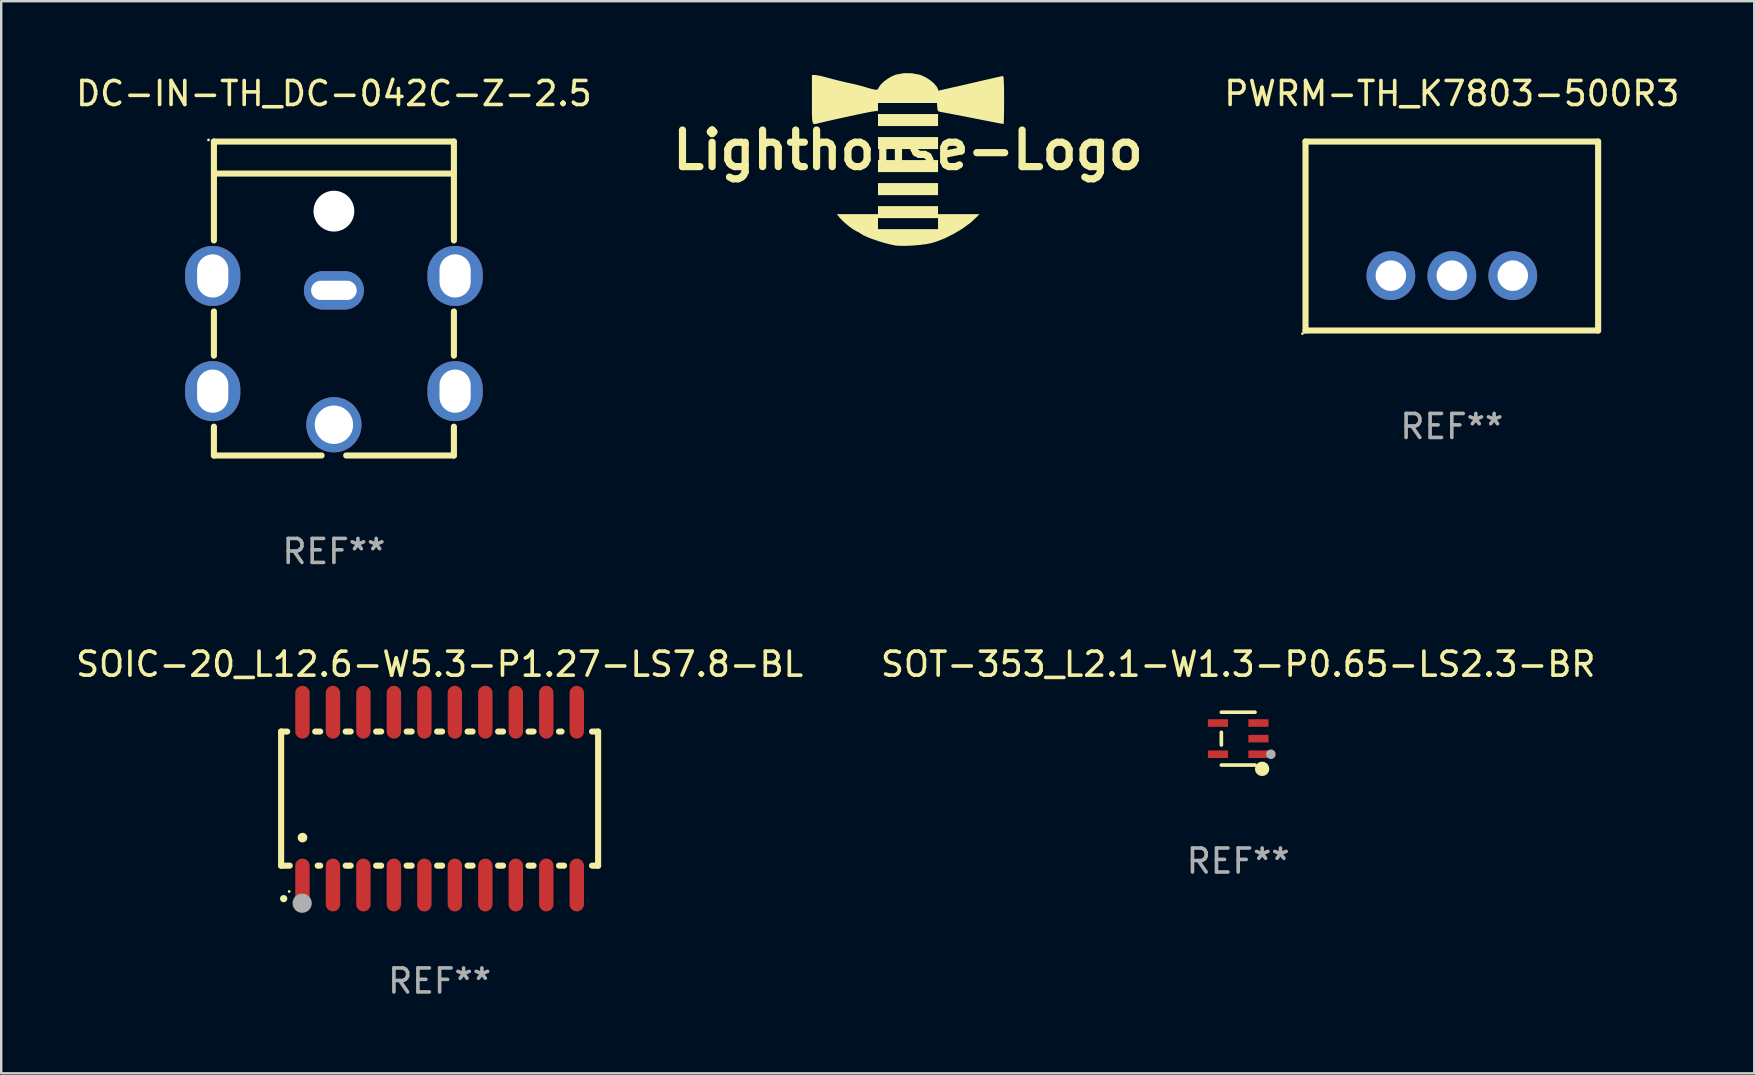
<source format=kicad_pcb>
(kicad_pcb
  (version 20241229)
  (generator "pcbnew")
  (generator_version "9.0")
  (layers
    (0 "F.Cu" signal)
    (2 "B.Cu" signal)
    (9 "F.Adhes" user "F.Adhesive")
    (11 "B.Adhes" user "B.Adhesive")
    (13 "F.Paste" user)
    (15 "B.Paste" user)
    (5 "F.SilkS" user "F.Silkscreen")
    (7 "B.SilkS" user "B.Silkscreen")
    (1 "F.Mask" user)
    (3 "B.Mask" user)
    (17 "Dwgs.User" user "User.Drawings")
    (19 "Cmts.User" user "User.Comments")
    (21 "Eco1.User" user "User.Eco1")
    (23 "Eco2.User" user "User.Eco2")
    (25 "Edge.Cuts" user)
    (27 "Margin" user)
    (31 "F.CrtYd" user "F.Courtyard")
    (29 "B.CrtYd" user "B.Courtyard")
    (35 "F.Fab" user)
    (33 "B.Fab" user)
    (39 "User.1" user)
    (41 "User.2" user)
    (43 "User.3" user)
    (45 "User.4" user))
  (footprint "PWRM-TH_K7803-500R3"
    (layer "F.Cu")
    (at 57.444 6.785)
    (property "Reference" "PWRM-TH_K7803-500R3" (at 0 -5.937 0) (layer "F.SilkS") (effects (font (size 1 1) (thickness 0.15))))
    (attr through_hole)
    (fp_line (start -6.096 -3.937) (end -6.096 3.937) (stroke (width 0.254) (type solid)) (layer "F.SilkS"))
    (fp_line (start -6.096 3.937) (end 6.096 3.937) (stroke (width 0.254) (type solid)) (layer "F.SilkS"))
    (fp_line (start 6.096 -3.937) (end -6.096 -3.937) (stroke (width 0.254) (type solid)) (layer "F.SilkS"))
    (fp_line (start 6.096 3.937) (end 6.096 -3.937) (stroke (width 0.254) (type solid)) (layer "F.SilkS"))
    (fp_circle (center -6.223 4.064) (end -6.193 4.064) (stroke (width 0.06) (type solid)) (fill no) (layer "F.SilkS"))
    (fp_text user "REF**" (at 0 7.937 0) (layer "F.Fab") (effects (font (size 1 1) (thickness 0.15))))
    (pad "1" thru_hole circle (at -2.54 1.651) (size 2.032 2.032) (drill 1.27) (layers "*.Cu" "*.Mask"))
    (pad "2" thru_hole circle (at 0 1.651) (size 2.032 2.032) (drill 1.27) (layers "*.Cu" "*.Mask"))
    (pad "3" thru_hole circle (at 2.54 1.651) (size 2.032 2.032) (drill 1.27) (layers "*.Cu" "*.Mask")))
  (footprint "Lighthouse-Logo"
    (layer "F.Cu")
    (at 34.785 3.203)
    (property "Reference" "Lighthouse-Logo" (at 0 0 0) (layer "F.SilkS") (effects (font (size 1.524 1.524) (thickness 0.3))))
    (attr board_only exclude_from_pos_files exclude_from_bom)
    (fp_poly (pts (xy 1.251 -1.001) (xy -1.251 -1.001) (xy -1.251 -1.501) (xy 1.251 -1.501)) (stroke (width 0) (type solid)) (fill yes) (layer "F.SilkS"))
    (fp_poly (pts (xy 1.251 -0.042) (xy -1.251 -0.042) (xy -1.251 -0.542) (xy 1.251 -0.542)) (stroke (width 0) (type solid)) (fill yes) (layer "F.SilkS"))
    (fp_poly (pts (xy 1.251 0.918) (xy -1.251 0.918) (xy -1.251 0.417) (xy 1.251 0.417)) (stroke (width 0) (type solid)) (fill yes) (layer "F.SilkS"))
    (fp_poly (pts (xy 1.251 1.877) (xy -1.251 1.877) (xy -1.251 1.376) (xy 1.251 1.376)) (stroke (width 0) (type solid)) (fill yes) (layer "F.SilkS"))
    (fp_poly (pts (xy 1.251 2.669) (xy 2.977 2.669) (xy 2.854 2.798) (xy 2.592 3.037) (xy 2.269 3.272) (xy 1.907 3.489) (xy 1.531 3.677) (xy 1.161 3.821) (xy 0.957 3.881) (xy 0.763 3.918) (xy 0.52 3.95) (xy 0.252 3.974) (xy -0.016 3.989) (xy -0.261 3.993) (xy -0.458 3.984) (xy -0.521 3.977) (xy -0.732 3.934) (xy -0.971 3.873) (xy -1.221 3.798) (xy -1.463 3.716) (xy -1.679 3.633) (xy -1.85 3.556) (xy -1.958 3.49) (xy -1.958 3.49) (xy -2.044 3.434) (xy -2.143 3.385) (xy -2.27 3.313) (xy -2.296 3.295) (xy -1.251 3.295) (xy 1.251 3.295) (xy 1.251 2.836) (xy -1.251 2.836) (xy -1.251 3.295) (xy -2.296 3.295) (xy -2.429 3.201) (xy -2.595 3.066) (xy -2.745 2.929) (xy -2.848 2.817) (xy -2.965 2.669) (xy -1.251 2.669) (xy -1.251 2.336) (xy 1.251 2.336)) (stroke (width 0) (type solid)) (fill yes) (layer "F.SilkS"))
    (fp_poly (pts (xy 0.157 -3.201) (xy 0.481 -3.141) (xy 0.532 -3.125) (xy 0.725 -3.038) (xy 0.915 -2.917) (xy 1.08 -2.779) (xy 1.196 -2.64) (xy 1.226 -2.585) (xy 1.272 -2.476) (xy 1.981 -2.637) (xy 2.276 -2.704) (xy 2.602 -2.779) (xy 2.926 -2.854) (xy 3.214 -2.921) (xy 3.303 -2.942) (xy 3.52 -2.992) (xy 3.709 -3.035) (xy 3.855 -3.067) (xy 3.943 -3.084) (xy 3.96 -3.086) (xy 3.976 -3.049) (xy 3.988 -2.934) (xy 3.997 -2.741) (xy 4.002 -2.468) (xy 4.004 -2.114) (xy 4.004 -2.085) (xy 4.003 -1.806) (xy 4 -1.557) (xy 3.996 -1.35) (xy 3.991 -1.195) (xy 3.985 -1.104) (xy 3.98 -1.084) (xy 3.934 -1.092) (xy 3.817 -1.114) (xy 3.639 -1.149) (xy 3.408 -1.193) (xy 3.137 -1.246) (xy 2.834 -1.306) (xy 2.697 -1.333) (xy 2.38 -1.395) (xy 2.085 -1.453) (xy 1.823 -1.503) (xy 1.607 -1.544) (xy 1.446 -1.574) (xy 1.351 -1.591) (xy 1.335 -1.593) (xy 1.267 -1.613) (xy 1.233 -1.665) (xy 1.218 -1.776) (xy 1.218 -1.783) (xy 1.205 -1.96) (xy -1.251 -1.96) (xy -1.251 -1.634) (xy -1.47 -1.607) (xy -1.563 -1.592) (xy -1.724 -1.56) (xy -1.937 -1.517) (xy -2.19 -1.463) (xy -2.468 -1.403) (xy -2.758 -1.34) (xy -3.045 -1.277) (xy -3.315 -1.215) (xy -3.554 -1.16) (xy -3.712 -1.122) (xy -3.802 -1.099) (xy -3.871 -1.085) (xy -3.923 -1.088) (xy -3.959 -1.118) (xy -3.982 -1.184) (xy -3.996 -1.295) (xy -4.003 -1.459) (xy -4.004 -1.685) (xy -4.004 -1.983) (xy -4.004 -2.106) (xy -4.004 -3.128) (xy -3.879 -3.128) (xy -3.788 -3.117) (xy -3.639 -3.087) (xy -3.457 -3.043) (xy -3.319 -3.006) (xy -3.077 -2.941) (xy -2.804 -2.873) (xy -2.547 -2.813) (xy -2.459 -2.794) (xy -2.247 -2.747) (xy -2.035 -2.695) (xy -1.856 -2.646) (xy -1.79 -2.627) (xy -1.632 -2.579) (xy -1.482 -2.539) (xy -1.405 -2.522) (xy -1.305 -2.512) (xy -1.251 -2.544) (xy -1.215 -2.615) (xy -1.135 -2.732) (xy -1 -2.86) (xy -0.83 -2.984) (xy -0.649 -3.086) (xy -0.501 -3.145) (xy -0.182 -3.203)) (stroke (width 0) (type solid)) (fill yes) (layer "F.SilkS")))
  (footprint "SOIC-20_L12.6-W5.3-P1.27-LS7.8-BL"
    (layer "F.Cu")
    (at 15.268 30.226)
    (property "Reference" "SOIC-20_L12.6-W5.3-P1.27-LS7.8-BL" (at 0 -5.6 0) (layer "F.SilkS") (effects (font (size 1 1) (thickness 0.15))))
    (attr through_hole)
    (fp_line (start -6.604 -2.794) (end -6.604 2.794) (stroke (width 0.254) (type solid)) (layer "F.SilkS"))
    (fp_line (start -6.604 2.794) (end -6.246 2.794) (stroke (width 0.254) (type solid)) (layer "F.SilkS"))
    (fp_line (start -6.35 -2.794) (end -6.604 -2.794) (stroke (width 0.254) (type solid)) (layer "F.SilkS"))
    (fp_line (start -5.184 -2.794) (end -4.976 -2.794) (stroke (width 0.254) (type solid)) (layer "F.SilkS"))
    (fp_line (start -5.08 2.794) (end -4.976 2.794) (stroke (width 0.254) (type solid)) (layer "F.SilkS"))
    (fp_line (start -3.914 -2.794) (end -3.706 -2.794) (stroke (width 0.254) (type solid)) (layer "F.SilkS"))
    (fp_line (start -3.914 2.794) (end -3.706 2.794) (stroke (width 0.254) (type solid)) (layer "F.SilkS"))
    (fp_line (start -2.644 -2.794) (end -2.436 -2.794) (stroke (width 0.254) (type solid)) (layer "F.SilkS"))
    (fp_line (start -2.644 2.794) (end -2.436 2.794) (stroke (width 0.254) (type solid)) (layer "F.SilkS"))
    (fp_line (start -1.374 -2.794) (end -1.166 -2.794) (stroke (width 0.254) (type solid)) (layer "F.SilkS"))
    (fp_line (start -1.374 2.794) (end -1.166 2.794) (stroke (width 0.254) (type solid)) (layer "F.SilkS"))
    (fp_line (start -0.104 -2.794) (end 0.104 -2.794) (stroke (width 0.254) (type solid)) (layer "F.SilkS"))
    (fp_line (start -0.104 2.794) (end 0.104 2.794) (stroke (width 0.254) (type solid)) (layer "F.SilkS"))
    (fp_line (start 1.166 -2.794) (end 1.374 -2.794) (stroke (width 0.254) (type solid)) (layer "F.SilkS"))
    (fp_line (start 1.166 2.794) (end 1.374 2.794) (stroke (width 0.254) (type solid)) (layer "F.SilkS"))
    (fp_line (start 2.436 -2.794) (end 2.644 -2.794) (stroke (width 0.254) (type solid)) (layer "F.SilkS"))
    (fp_line (start 2.436 2.794) (end 2.644 2.794) (stroke (width 0.254) (type solid)) (layer "F.SilkS"))
    (fp_line (start 3.706 -2.794) (end 3.914 -2.794) (stroke (width 0.254) (type solid)) (layer "F.SilkS"))
    (fp_line (start 3.706 2.794) (end 3.914 2.794) (stroke (width 0.254) (type solid)) (layer "F.SilkS"))
    (fp_line (start 4.976 -2.794) (end 5.08 -2.794) (stroke (width 0.254) (type solid)) (layer "F.SilkS"))
    (fp_line (start 4.976 2.794) (end 5.184 2.794) (stroke (width 0.254) (type solid)) (layer "F.SilkS"))
    (fp_line (start 6.35 -2.794) (end 6.604 -2.794) (stroke (width 0.254) (type solid)) (layer "F.SilkS"))
    (fp_line (start 6.604 -2.794) (end 6.604 2.794) (stroke (width 0.254) (type solid)) (layer "F.SilkS"))
    (fp_line (start 6.604 2.794) (end 6.35 2.794) (stroke (width 0.254) (type solid)) (layer "F.SilkS"))
    (fp_arc (start -6.499619 4.167793) (mid -6.498349 4.167788) (end -6.497079 4.167793) (stroke (width 0.3) (type solid)) (layer "F.SilkS"))
    (fp_arc (start -5.715011 1.625603) (mid -5.713741 1.625599) (end -5.712471 1.625603) (stroke (width 0.4) (type solid)) (layer "F.SilkS"))
    (fp_circle (center -6.27 3.87) (end -6.24 3.87) (stroke (width 0.06) (type solid)) (fill no) (layer "F.SilkS"))
    (fp_circle (center -5.727 4.359) (end -5.527 4.359) (stroke (width 0.4) (type solid)) (fill no) (layer "F.Fab"))
    (fp_text user "REF**" (at 0 7.6 0) (layer "F.Fab") (effects (font (size 1 1) (thickness 0.15))))
    (pad "1" smd oval (at -5.715 3.6) (size 0.6 2.2) (layers "F.Cu" "F.Mask" "F.Paste"))
    (pad "2" smd oval (at -4.445 3.6) (size 0.6 2.2) (layers "F.Cu" "F.Mask" "F.Paste"))
    (pad "3" smd oval (at -3.175 3.6) (size 0.6 2.2) (layers "F.Cu" "F.Mask" "F.Paste"))
    (pad "4" smd oval (at -1.905 3.6) (size 0.6 2.2) (layers "F.Cu" "F.Mask" "F.Paste"))
    (pad "5" smd oval (at -0.635 3.6) (size 0.6 2.2) (layers "F.Cu" "F.Mask" "F.Paste"))
    (pad "6" smd oval (at 0.635 3.6) (size 0.6 2.2) (layers "F.Cu" "F.Mask" "F.Paste"))
    (pad "7" smd oval (at 1.905 3.6) (size 0.6 2.2) (layers "F.Cu" "F.Mask" "F.Paste"))
    (pad "8" smd oval (at 3.175 3.6) (size 0.6 2.2) (layers "F.Cu" "F.Mask" "F.Paste"))
    (pad "9" smd oval (at 4.445 3.6) (size 0.6 2.2) (layers "F.Cu" "F.Mask" "F.Paste"))
    (pad "10" smd oval (at 5.715 3.6) (size 0.6 2.2) (layers "F.Cu" "F.Mask" "F.Paste"))
    (pad "11" smd oval (at 5.715 -3.6 180) (size 0.6 2.2) (layers "F.Cu" "F.Mask" "F.Paste"))
    (pad "12" smd oval (at 4.445 -3.6 180) (size 0.6 2.2) (layers "F.Cu" "F.Mask" "F.Paste"))
    (pad "13" smd oval (at 3.175 -3.6 180) (size 0.6 2.2) (layers "F.Cu" "F.Mask" "F.Paste"))
    (pad "14" smd oval (at 1.905 -3.6 180) (size 0.6 2.2) (layers "F.Cu" "F.Mask" "F.Paste"))
    (pad "15" smd oval (at 0.635 -3.6 180) (size 0.6 2.2) (layers "F.Cu" "F.Mask" "F.Paste"))
    (pad "16" smd oval (at -0.635 -3.6 180) (size 0.6 2.2) (layers "F.Cu" "F.Mask" "F.Paste"))
    (pad "17" smd oval (at -1.905 -3.6 180) (size 0.6 2.2) (layers "F.Cu" "F.Mask" "F.Paste"))
    (pad "18" smd oval (at -3.175 -3.6 180) (size 0.6 2.2) (layers "F.Cu" "F.Mask" "F.Paste"))
    (pad "19" smd oval (at -4.445 -3.6 180) (size 0.6 2.2) (layers "F.Cu" "F.Mask" "F.Paste"))
    (pad "20" smd oval (at -5.715 -3.6 180) (size 0.6 2.2) (layers "F.Cu" "F.Mask" "F.Paste")))
  (footprint "SOT-353_L2.1-W1.3-P0.65-LS2.3-BR"
    (layer "F.Cu")
    (at 48.542 27.727)
    (property "Reference" "SOT-353_L2.1-W1.3-P0.65-LS2.3-BR" (at 0 -3.101 0) (layer "F.SilkS") (effects (font (size 1 1) (thickness 0.15))))
    (attr smd)
    (fp_line (start -0.701 -0.264) (end -0.701 0.264) (stroke (width 0.152) (type solid)) (layer "F.SilkS"))
    (fp_line (start 0.701 -1.101) (end -0.701 -1.101) (stroke (width 0.152) (type solid)) (layer "F.SilkS"))
    (fp_line (start 0.701 1.101) (end -0.701 1.101) (stroke (width 0.152) (type solid)) (layer "F.SilkS"))
    (fp_circle (center 0.997 1.26) (end 1.147 1.26) (stroke (width 0.3) (type solid)) (fill no) (layer "F.SilkS"))
    (fp_circle (center 1.063 1.025) (end 1.093 1.025) (stroke (width 0.06) (type solid)) (fill no) (layer "F.SilkS"))
    (fp_circle (center 1.362 0.65) (end 1.463 0.65) (stroke (width 0.2) (type solid)) (fill no) (layer "F.Fab"))
    (fp_text user "REF**" (at 0 5.101 0) (layer "F.Fab") (effects (font (size 1 1) (thickness 0.15))))
    (pad "1" smd rect (at 0.844 0.65) (size 0.839 0.315) (layers "F.Cu" "F.Mask" "F.Paste"))
    (pad "2" smd rect (at 0.844 0) (size 0.839 0.315) (layers "F.Cu" "F.Mask" "F.Paste"))
    (pad "3" smd rect (at 0.844 -0.65) (size 0.839 0.315) (layers "F.Cu" "F.Mask" "F.Paste"))
    (pad "4" smd rect (at -0.844 -0.65) (size 0.839 0.315) (layers "F.Cu" "F.Mask" "F.Paste"))
    (pad "5" smd rect (at -0.844 0.65) (size 0.839 0.315) (layers "F.Cu" "F.Mask" "F.Paste")))
  (footprint "DC-IN-TH_DC-042C-Z-2.5"
    (layer "F.Cu")
    (at 10.863 11.548)
    (property "Reference" "DC-IN-TH_DC-042C-Z-2.5" (at 0 -10.7 0) (layer "F.SilkS") (effects (font (size 1 1) (thickness 0.15))))
    (attr through_hole)
    (fp_line (start -5 -8.7) (end -5 -4.58) (stroke (width 0.254) (type solid)) (layer "F.SilkS"))
    (fp_line (start -5 -8.7) (end 5 -8.7) (stroke (width 0.254) (type solid)) (layer "F.SilkS"))
    (fp_line (start -5 -7.366) (end 5 -7.366) (stroke (width 0.254) (type solid)) (layer "F.SilkS"))
    (fp_line (start -5 -1.62) (end -5 0.22) (stroke (width 0.254) (type solid)) (layer "F.SilkS"))
    (fp_line (start -5 3.18) (end -5 4.381) (stroke (width 0.254) (type solid)) (layer "F.SilkS"))
    (fp_line (start -5 4.381) (end -0.512 4.381) (stroke (width 0.254) (type solid)) (layer "F.SilkS"))
    (fp_line (start 5 -8.7) (end 5 -4.58) (stroke (width 0.254) (type solid)) (layer "F.SilkS"))
    (fp_line (start 5 -1.62) (end 5 0.22) (stroke (width 0.254) (type solid)) (layer "F.SilkS"))
    (fp_line (start 5 3.18) (end 5 4.381) (stroke (width 0.254) (type solid)) (layer "F.SilkS"))
    (fp_line (start 5 4.381) (end 0.512 4.381) (stroke (width 0.254) (type solid)) (layer "F.SilkS"))
    (fp_circle (center -5.225 -8.768) (end -5.195 -8.768) (stroke (width 0.06) (type solid)) (fill no) (layer "F.SilkS"))
    (fp_circle (center 0 -5.8) (end 0.4 -5.8) (stroke (width 0.8) (type solid)) (fill no) (layer "F.Fab"))
    (fp_text user "REF**" (at 0 8.381 0) (layer "F.Fab") (effects (font (size 1 1) (thickness 0.15))))
    (pad "" np_thru_hole circle (at 0 -5.8) (size 1.7 1.7) (drill 1.7) (layers "*.Cu" "*.Mask"))
    (pad "2" thru_hole oval (at -5.05 -3.1) (size 2.3 2.5) (drill oval 1.3 1.8) (layers "*.Cu" "*.Mask"))
    (pad "2" thru_hole oval (at -5.05 1.7) (size 2.3 2.5) (drill oval 1.3 1.8) (layers "*.Cu" "*.Mask"))
    (pad "2" thru_hole oval (at 5.05 -3.1) (size 2.3 2.5) (drill oval 1.3 1.8) (layers "*.Cu" "*.Mask"))
    (pad "2" thru_hole oval (at 5.05 1.7) (size 2.3 2.5) (drill oval 1.3 1.8) (layers "*.Cu" "*.Mask"))
    (pad "3" thru_hole oval (at 0 -2.5) (size 2.5 1.6) (drill oval 1.9 0.8) (layers "*.Cu" "*.Mask"))
    (pad "4" thru_hole circle (at 0 3.1) (size 2.3 2.3) (drill 1.6) (layers "*.Cu" "*.Mask")))
  (gr_rect
    (start -3 -3)
    (end 70.045 41.674)
    (stroke (width 0.1) (type default))
    (fill no)
    (layer "Edge.Cuts")))
</source>
